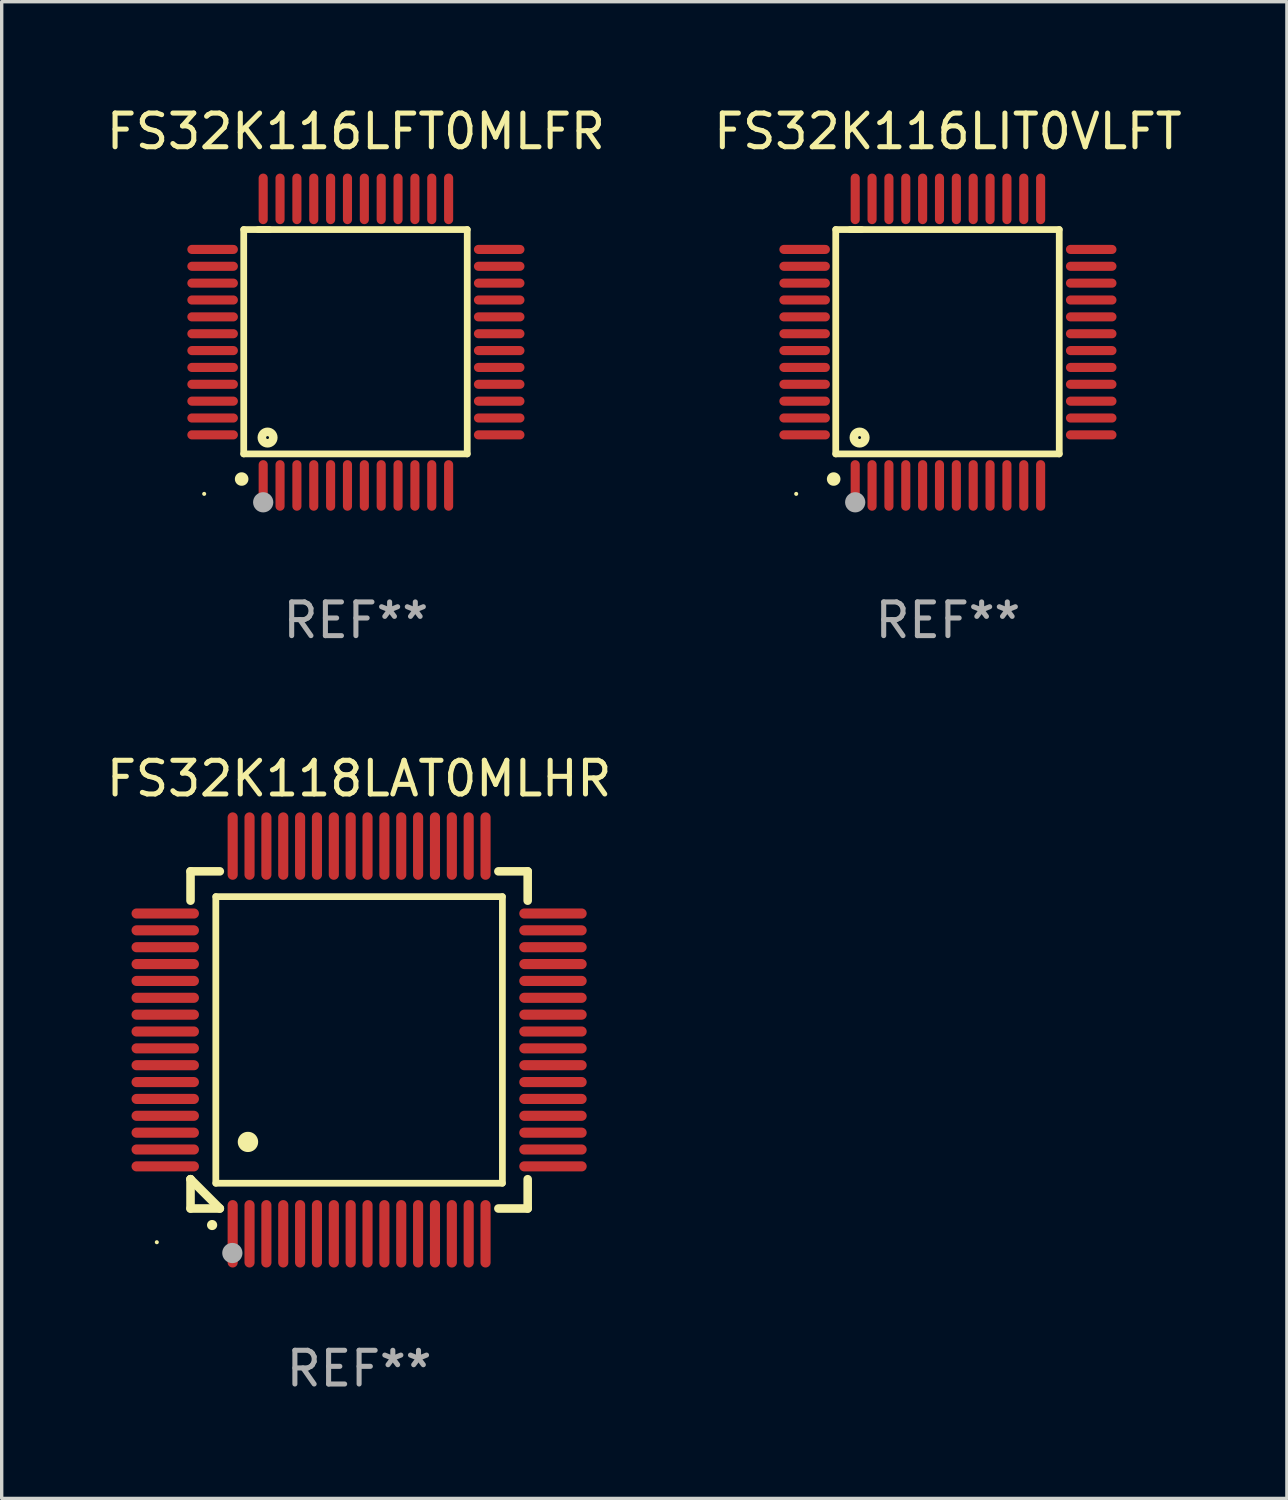
<source format=kicad_pcb>
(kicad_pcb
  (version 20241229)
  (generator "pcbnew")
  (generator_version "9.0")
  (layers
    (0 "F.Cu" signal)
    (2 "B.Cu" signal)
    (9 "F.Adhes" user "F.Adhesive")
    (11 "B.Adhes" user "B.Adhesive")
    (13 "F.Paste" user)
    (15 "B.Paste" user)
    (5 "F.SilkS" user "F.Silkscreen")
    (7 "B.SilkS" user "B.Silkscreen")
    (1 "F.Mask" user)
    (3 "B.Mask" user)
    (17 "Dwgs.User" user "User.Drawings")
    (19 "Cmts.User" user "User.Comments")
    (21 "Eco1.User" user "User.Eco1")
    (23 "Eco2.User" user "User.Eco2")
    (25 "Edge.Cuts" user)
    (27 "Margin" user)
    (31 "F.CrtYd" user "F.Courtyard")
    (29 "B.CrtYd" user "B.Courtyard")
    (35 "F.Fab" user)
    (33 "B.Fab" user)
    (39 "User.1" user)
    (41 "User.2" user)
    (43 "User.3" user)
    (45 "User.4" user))
  (footprint "FS32K116LIT0VLFT"
    (layer "F.Cu")
    (at 25.065 7.098)
    (property "Reference" "FS32K116LIT0VLFT" (at 0 -6.25 0) (layer "F.SilkS") (effects (font (size 1 1) (thickness 0.15))))
    (attr through_hole)
    (fp_line (start -3.327 -3.34) (end -2.565 -3.34) (stroke (width 0.2) (type solid)) (layer "F.SilkS"))
    (fp_line (start -3.327 3.315) (end -3.327 -3.34) (stroke (width 0.2) (type solid)) (layer "F.SilkS"))
    (fp_line (start -2.896 -3.34) (end 3.302 -3.34) (stroke (width 0.2) (type solid)) (layer "F.SilkS"))
    (fp_line (start 3.302 -3.34) (end 3.302 3.315) (stroke (width 0.2) (type solid)) (layer "F.SilkS"))
    (fp_line (start 3.302 3.315) (end -3.327 3.315) (stroke (width 0.2) (type solid)) (layer "F.SilkS"))
    (fp_arc (start -3.389992 4.059995) (mid -3.388722 4.059991) (end -3.387452 4.059995) (stroke (width 0.4) (type solid)) (layer "F.SilkS"))
    (fp_circle (center -4.5 4.5) (end -4.47 4.5) (stroke (width 0.06) (type solid)) (fill no) (layer "F.SilkS"))
    (fp_circle (center -2.62 2.83) (end -2.45 2.83) (stroke (width 0.254) (type solid)) (fill no) (layer "F.SilkS"))
    (fp_circle (center -2.75 4.75) (end -2.6 4.75) (stroke (width 0.3) (type solid)) (fill no) (layer "F.Fab"))
    (fp_text user "REF**" (at 0 8.25 0) (layer "F.Fab") (effects (font (size 1 1) (thickness 0.15))))
    (pad "1" smd oval (at -2.75 4.25) (size 0.27 1.5) (layers "F.Cu" "F.Mask" "F.Paste"))
    (pad "2" smd oval (at -2.25 4.25) (size 0.27 1.5) (layers "F.Cu" "F.Mask" "F.Paste"))
    (pad "3" smd oval (at -1.75 4.25) (size 0.27 1.5) (layers "F.Cu" "F.Mask" "F.Paste"))
    (pad "4" smd oval (at -1.25 4.25) (size 0.27 1.5) (layers "F.Cu" "F.Mask" "F.Paste"))
    (pad "5" smd oval (at -0.75 4.25) (size 0.27 1.5) (layers "F.Cu" "F.Mask" "F.Paste"))
    (pad "6" smd oval (at -0.25 4.25) (size 0.27 1.5) (layers "F.Cu" "F.Mask" "F.Paste"))
    (pad "7" smd oval (at 0.25 4.25) (size 0.27 1.5) (layers "F.Cu" "F.Mask" "F.Paste"))
    (pad "8" smd oval (at 0.75 4.25) (size 0.27 1.5) (layers "F.Cu" "F.Mask" "F.Paste"))
    (pad "9" smd oval (at 1.25 4.25) (size 0.27 1.5) (layers "F.Cu" "F.Mask" "F.Paste"))
    (pad "10" smd oval (at 1.75 4.25) (size 0.27 1.5) (layers "F.Cu" "F.Mask" "F.Paste"))
    (pad "11" smd oval (at 2.25 4.25) (size 0.27 1.5) (layers "F.Cu" "F.Mask" "F.Paste"))
    (pad "12" smd oval (at 2.75 4.25) (size 0.27 1.5) (layers "F.Cu" "F.Mask" "F.Paste"))
    (pad "13" smd oval (at 4.25 2.75) (size 1.5 0.27) (layers "F.Cu" "F.Mask" "F.Paste"))
    (pad "14" smd oval (at 4.25 2.25) (size 1.5 0.27) (layers "F.Cu" "F.Mask" "F.Paste"))
    (pad "15" smd oval (at 4.25 1.75) (size 1.5 0.27) (layers "F.Cu" "F.Mask" "F.Paste"))
    (pad "16" smd oval (at 4.25 1.25) (size 1.5 0.27) (layers "F.Cu" "F.Mask" "F.Paste"))
    (pad "17" smd oval (at 4.25 0.75) (size 1.5 0.27) (layers "F.Cu" "F.Mask" "F.Paste"))
    (pad "18" smd oval (at 4.25 0.25) (size 1.5 0.27) (layers "F.Cu" "F.Mask" "F.Paste"))
    (pad "19" smd oval (at 4.25 -0.25) (size 1.5 0.27) (layers "F.Cu" "F.Mask" "F.Paste"))
    (pad "20" smd oval (at 4.25 -0.75) (size 1.5 0.27) (layers "F.Cu" "F.Mask" "F.Paste"))
    (pad "21" smd oval (at 4.25 -1.25) (size 1.5 0.27) (layers "F.Cu" "F.Mask" "F.Paste"))
    (pad "22" smd oval (at 4.25 -1.75) (size 1.5 0.27) (layers "F.Cu" "F.Mask" "F.Paste"))
    (pad "23" smd oval (at 4.25 -2.25) (size 1.5 0.27) (layers "F.Cu" "F.Mask" "F.Paste"))
    (pad "24" smd oval (at 4.25 -2.75) (size 1.5 0.27) (layers "F.Cu" "F.Mask" "F.Paste"))
    (pad "25" smd oval (at 2.75 -4.25) (size 0.27 1.5) (layers "F.Cu" "F.Mask" "F.Paste"))
    (pad "26" smd oval (at 2.25 -4.25) (size 0.27 1.5) (layers "F.Cu" "F.Mask" "F.Paste"))
    (pad "27" smd oval (at 1.75 -4.25) (size 0.27 1.5) (layers "F.Cu" "F.Mask" "F.Paste"))
    (pad "28" smd oval (at 1.25 -4.25) (size 0.27 1.5) (layers "F.Cu" "F.Mask" "F.Paste"))
    (pad "29" smd oval (at 0.75 -4.25) (size 0.27 1.5) (layers "F.Cu" "F.Mask" "F.Paste"))
    (pad "30" smd oval (at 0.25 -4.25) (size 0.27 1.5) (layers "F.Cu" "F.Mask" "F.Paste"))
    (pad "31" smd oval (at -0.25 -4.25) (size 0.27 1.5) (layers "F.Cu" "F.Mask" "F.Paste"))
    (pad "32" smd oval (at -0.75 -4.25) (size 0.27 1.5) (layers "F.Cu" "F.Mask" "F.Paste"))
    (pad "33" smd oval (at -1.25 -4.25) (size 0.27 1.5) (layers "F.Cu" "F.Mask" "F.Paste"))
    (pad "34" smd oval (at -1.75 -4.25) (size 0.27 1.5) (layers "F.Cu" "F.Mask" "F.Paste"))
    (pad "35" smd oval (at -2.25 -4.25) (size 0.27 1.5) (layers "F.Cu" "F.Mask" "F.Paste"))
    (pad "36" smd oval (at -2.75 -4.25) (size 0.27 1.5) (layers "F.Cu" "F.Mask" "F.Paste"))
    (pad "37" smd oval (at -4.25 -2.75) (size 1.5 0.27) (layers "F.Cu" "F.Mask" "F.Paste"))
    (pad "38" smd oval (at -4.25 -2.25) (size 1.5 0.27) (layers "F.Cu" "F.Mask" "F.Paste"))
    (pad "39" smd oval (at -4.25 -1.75) (size 1.5 0.27) (layers "F.Cu" "F.Mask" "F.Paste"))
    (pad "40" smd oval (at -4.25 -1.25) (size 1.5 0.27) (layers "F.Cu" "F.Mask" "F.Paste"))
    (pad "41" smd oval (at -4.25 -0.75) (size 1.5 0.27) (layers "F.Cu" "F.Mask" "F.Paste"))
    (pad "42" smd oval (at -4.25 -0.25) (size 1.5 0.27) (layers "F.Cu" "F.Mask" "F.Paste"))
    (pad "43" smd oval (at -4.25 0.25) (size 1.5 0.27) (layers "F.Cu" "F.Mask" "F.Paste"))
    (pad "44" smd oval (at -4.25 0.75) (size 1.5 0.27) (layers "F.Cu" "F.Mask" "F.Paste"))
    (pad "45" smd oval (at -4.25 1.25) (size 1.5 0.27) (layers "F.Cu" "F.Mask" "F.Paste"))
    (pad "46" smd oval (at -4.25 1.75) (size 1.5 0.27) (layers "F.Cu" "F.Mask" "F.Paste"))
    (pad "47" smd oval (at -4.25 2.25) (size 1.5 0.27) (layers "F.Cu" "F.Mask" "F.Paste"))
    (pad "48" smd oval (at -4.25 2.75) (size 1.5 0.27) (layers "F.Cu" "F.Mask" "F.Paste")))
  (footprint "FS32K116LFT0MLFR"
    (layer "F.Cu")
    (at 7.506 7.098)
    (property "Reference" "FS32K116LFT0MLFR" (at 0 -6.25 0) (layer "F.SilkS") (effects (font (size 1 1) (thickness 0.15))))
    (attr through_hole)
    (fp_line (start -3.327 -3.34) (end -2.565 -3.34) (stroke (width 0.2) (type solid)) (layer "F.SilkS"))
    (fp_line (start -3.327 3.315) (end -3.327 -3.34) (stroke (width 0.2) (type solid)) (layer "F.SilkS"))
    (fp_line (start -2.896 -3.34) (end 3.302 -3.34) (stroke (width 0.2) (type solid)) (layer "F.SilkS"))
    (fp_line (start 3.302 -3.34) (end 3.302 3.315) (stroke (width 0.2) (type solid)) (layer "F.SilkS"))
    (fp_line (start 3.302 3.315) (end -3.327 3.315) (stroke (width 0.2) (type solid)) (layer "F.SilkS"))
    (fp_arc (start -3.389992 4.059995) (mid -3.388722 4.059991) (end -3.387452 4.059995) (stroke (width 0.4) (type solid)) (layer "F.SilkS"))
    (fp_circle (center -4.5 4.5) (end -4.47 4.5) (stroke (width 0.06) (type solid)) (fill no) (layer "F.SilkS"))
    (fp_circle (center -2.62 2.83) (end -2.45 2.83) (stroke (width 0.254) (type solid)) (fill no) (layer "F.SilkS"))
    (fp_circle (center -2.75 4.75) (end -2.6 4.75) (stroke (width 0.3) (type solid)) (fill no) (layer "F.Fab"))
    (fp_text user "REF**" (at 0 8.25 0) (layer "F.Fab") (effects (font (size 1 1) (thickness 0.15))))
    (pad "1" smd oval (at -2.75 4.25) (size 0.27 1.5) (layers "F.Cu" "F.Mask" "F.Paste"))
    (pad "2" smd oval (at -2.25 4.25) (size 0.27 1.5) (layers "F.Cu" "F.Mask" "F.Paste"))
    (pad "3" smd oval (at -1.75 4.25) (size 0.27 1.5) (layers "F.Cu" "F.Mask" "F.Paste"))
    (pad "4" smd oval (at -1.25 4.25) (size 0.27 1.5) (layers "F.Cu" "F.Mask" "F.Paste"))
    (pad "5" smd oval (at -0.75 4.25) (size 0.27 1.5) (layers "F.Cu" "F.Mask" "F.Paste"))
    (pad "6" smd oval (at -0.25 4.25) (size 0.27 1.5) (layers "F.Cu" "F.Mask" "F.Paste"))
    (pad "7" smd oval (at 0.25 4.25) (size 0.27 1.5) (layers "F.Cu" "F.Mask" "F.Paste"))
    (pad "8" smd oval (at 0.75 4.25) (size 0.27 1.5) (layers "F.Cu" "F.Mask" "F.Paste"))
    (pad "9" smd oval (at 1.25 4.25) (size 0.27 1.5) (layers "F.Cu" "F.Mask" "F.Paste"))
    (pad "10" smd oval (at 1.75 4.25) (size 0.27 1.5) (layers "F.Cu" "F.Mask" "F.Paste"))
    (pad "11" smd oval (at 2.25 4.25) (size 0.27 1.5) (layers "F.Cu" "F.Mask" "F.Paste"))
    (pad "12" smd oval (at 2.75 4.25) (size 0.27 1.5) (layers "F.Cu" "F.Mask" "F.Paste"))
    (pad "13" smd oval (at 4.25 2.75) (size 1.5 0.27) (layers "F.Cu" "F.Mask" "F.Paste"))
    (pad "14" smd oval (at 4.25 2.25) (size 1.5 0.27) (layers "F.Cu" "F.Mask" "F.Paste"))
    (pad "15" smd oval (at 4.25 1.75) (size 1.5 0.27) (layers "F.Cu" "F.Mask" "F.Paste"))
    (pad "16" smd oval (at 4.25 1.25) (size 1.5 0.27) (layers "F.Cu" "F.Mask" "F.Paste"))
    (pad "17" smd oval (at 4.25 0.75) (size 1.5 0.27) (layers "F.Cu" "F.Mask" "F.Paste"))
    (pad "18" smd oval (at 4.25 0.25) (size 1.5 0.27) (layers "F.Cu" "F.Mask" "F.Paste"))
    (pad "19" smd oval (at 4.25 -0.25) (size 1.5 0.27) (layers "F.Cu" "F.Mask" "F.Paste"))
    (pad "20" smd oval (at 4.25 -0.75) (size 1.5 0.27) (layers "F.Cu" "F.Mask" "F.Paste"))
    (pad "21" smd oval (at 4.25 -1.25) (size 1.5 0.27) (layers "F.Cu" "F.Mask" "F.Paste"))
    (pad "22" smd oval (at 4.25 -1.75) (size 1.5 0.27) (layers "F.Cu" "F.Mask" "F.Paste"))
    (pad "23" smd oval (at 4.25 -2.25) (size 1.5 0.27) (layers "F.Cu" "F.Mask" "F.Paste"))
    (pad "24" smd oval (at 4.25 -2.75) (size 1.5 0.27) (layers "F.Cu" "F.Mask" "F.Paste"))
    (pad "25" smd oval (at 2.75 -4.25) (size 0.27 1.5) (layers "F.Cu" "F.Mask" "F.Paste"))
    (pad "26" smd oval (at 2.25 -4.25) (size 0.27 1.5) (layers "F.Cu" "F.Mask" "F.Paste"))
    (pad "27" smd oval (at 1.75 -4.25) (size 0.27 1.5) (layers "F.Cu" "F.Mask" "F.Paste"))
    (pad "28" smd oval (at 1.25 -4.25) (size 0.27 1.5) (layers "F.Cu" "F.Mask" "F.Paste"))
    (pad "29" smd oval (at 0.75 -4.25) (size 0.27 1.5) (layers "F.Cu" "F.Mask" "F.Paste"))
    (pad "30" smd oval (at 0.25 -4.25) (size 0.27 1.5) (layers "F.Cu" "F.Mask" "F.Paste"))
    (pad "31" smd oval (at -0.25 -4.25) (size 0.27 1.5) (layers "F.Cu" "F.Mask" "F.Paste"))
    (pad "32" smd oval (at -0.75 -4.25) (size 0.27 1.5) (layers "F.Cu" "F.Mask" "F.Paste"))
    (pad "33" smd oval (at -1.25 -4.25) (size 0.27 1.5) (layers "F.Cu" "F.Mask" "F.Paste"))
    (pad "34" smd oval (at -1.75 -4.25) (size 0.27 1.5) (layers "F.Cu" "F.Mask" "F.Paste"))
    (pad "35" smd oval (at -2.25 -4.25) (size 0.27 1.5) (layers "F.Cu" "F.Mask" "F.Paste"))
    (pad "36" smd oval (at -2.75 -4.25) (size 0.27 1.5) (layers "F.Cu" "F.Mask" "F.Paste"))
    (pad "37" smd oval (at -4.25 -2.75) (size 1.5 0.27) (layers "F.Cu" "F.Mask" "F.Paste"))
    (pad "38" smd oval (at -4.25 -2.25) (size 1.5 0.27) (layers "F.Cu" "F.Mask" "F.Paste"))
    (pad "39" smd oval (at -4.25 -1.75) (size 1.5 0.27) (layers "F.Cu" "F.Mask" "F.Paste"))
    (pad "40" smd oval (at -4.25 -1.25) (size 1.5 0.27) (layers "F.Cu" "F.Mask" "F.Paste"))
    (pad "41" smd oval (at -4.25 -0.75) (size 1.5 0.27) (layers "F.Cu" "F.Mask" "F.Paste"))
    (pad "42" smd oval (at -4.25 -0.25) (size 1.5 0.27) (layers "F.Cu" "F.Mask" "F.Paste"))
    (pad "43" smd oval (at -4.25 0.25) (size 1.5 0.27) (layers "F.Cu" "F.Mask" "F.Paste"))
    (pad "44" smd oval (at -4.25 0.75) (size 1.5 0.27) (layers "F.Cu" "F.Mask" "F.Paste"))
    (pad "45" smd oval (at -4.25 1.25) (size 1.5 0.27) (layers "F.Cu" "F.Mask" "F.Paste"))
    (pad "46" smd oval (at -4.25 1.75) (size 1.5 0.27) (layers "F.Cu" "F.Mask" "F.Paste"))
    (pad "47" smd oval (at -4.25 2.25) (size 1.5 0.27) (layers "F.Cu" "F.Mask" "F.Paste"))
    (pad "48" smd oval (at -4.25 2.75) (size 1.5 0.27) (layers "F.Cu" "F.Mask" "F.Paste")))
  (footprint "FS32K118LAT0MLHR"
    (layer "F.Cu")
    (at 7.601 27.794)
    (property "Reference" "FS32K118LAT0MLHR" (at 0 -7.75 0) (layer "F.SilkS") (effects (font (size 1 1) (thickness 0.15))))
    (attr through_hole)
    (fp_line (start -5 -5) (end -4.131 -5) (stroke (width 0.254) (type solid)) (layer "F.SilkS"))
    (fp_line (start -5 -4.131) (end -5 -5) (stroke (width 0.254) (type solid)) (layer "F.SilkS"))
    (fp_line (start -5 4.131) (end -5 4.131) (stroke (width 0.254) (type solid)) (layer "F.SilkS"))
    (fp_line (start -5 5) (end -5 4.131) (stroke (width 0.254) (type solid)) (layer "F.SilkS"))
    (fp_line (start -5 4.131) (end -4.131 5) (stroke (width 0.254) (type solid)) (layer "F.SilkS"))
    (fp_line (start -4.25 -4.25) (end -4.25 4.25) (stroke (width 0.2) (type solid)) (layer "F.SilkS"))
    (fp_line (start -4.25 4.25) (end 4.25 4.25) (stroke (width 0.2) (type solid)) (layer "F.SilkS"))
    (fp_line (start -4.131 5) (end -5 5) (stroke (width 0.254) (type solid)) (layer "F.SilkS"))
    (fp_line (start 4.25 -4.25) (end -4.25 -4.25) (stroke (width 0.2) (type solid)) (layer "F.SilkS"))
    (fp_line (start 4.25 4.25) (end 4.25 -4.25) (stroke (width 0.2) (type solid)) (layer "F.SilkS"))
    (fp_line (start 5 -5) (end 4.131 -5) (stroke (width 0.254) (type solid)) (layer "F.SilkS"))
    (fp_line (start 5 -5) (end 5 -4.131) (stroke (width 0.254) (type solid)) (layer "F.SilkS"))
    (fp_line (start 5 4.131) (end 5 5) (stroke (width 0.254) (type solid)) (layer "F.SilkS"))
    (fp_line (start 5 5) (end 4.131 5) (stroke (width 0.254) (type solid)) (layer "F.SilkS"))
    (fp_arc (start -4.361265 5.489992) (mid -4.359995 5.489987) (end -4.358725 5.489992) (stroke (width 0.3) (type solid)) (layer "F.SilkS"))
    (fp_arc (start -3.299467 3.025146) (mid -3.296927 3.025135) (end -3.294387 3.025146) (stroke (width 0.6) (type solid)) (layer "F.SilkS"))
    (fp_circle (center -6 6) (end -5.97 6) (stroke (width 0.06) (type solid)) (fill no) (layer "F.SilkS"))
    (fp_circle (center -3.76 6.32) (end -3.61 6.32) (stroke (width 0.3) (type solid)) (fill no) (layer "F.Fab"))
    (fp_text user "REF**" (at 0 9.75 0) (layer "F.Fab") (effects (font (size 1 1) (thickness 0.15))))
    (pad "1" smd oval (at -3.75 5.75) (size 0.3 2) (layers "F.Cu" "F.Mask" "F.Paste"))
    (pad "2" smd oval (at -3.25 5.75) (size 0.3 2) (layers "F.Cu" "F.Mask" "F.Paste"))
    (pad "3" smd oval (at -2.75 5.75) (size 0.3 2) (layers "F.Cu" "F.Mask" "F.Paste"))
    (pad "4" smd oval (at -2.25 5.75) (size 0.3 2) (layers "F.Cu" "F.Mask" "F.Paste"))
    (pad "5" smd oval (at -1.75 5.75) (size 0.3 2) (layers "F.Cu" "F.Mask" "F.Paste"))
    (pad "6" smd oval (at -1.25 5.75) (size 0.3 2) (layers "F.Cu" "F.Mask" "F.Paste"))
    (pad "7" smd oval (at -0.75 5.75) (size 0.3 2) (layers "F.Cu" "F.Mask" "F.Paste"))
    (pad "8" smd oval (at -0.25 5.75) (size 0.3 2) (layers "F.Cu" "F.Mask" "F.Paste"))
    (pad "9" smd oval (at 0.25 5.75) (size 0.3 2) (layers "F.Cu" "F.Mask" "F.Paste"))
    (pad "10" smd oval (at 0.75 5.75) (size 0.3 2) (layers "F.Cu" "F.Mask" "F.Paste"))
    (pad "11" smd oval (at 1.25 5.75) (size 0.3 2) (layers "F.Cu" "F.Mask" "F.Paste"))
    (pad "12" smd oval (at 1.75 5.75) (size 0.3 2) (layers "F.Cu" "F.Mask" "F.Paste"))
    (pad "13" smd oval (at 2.25 5.75) (size 0.3 2) (layers "F.Cu" "F.Mask" "F.Paste"))
    (pad "14" smd oval (at 2.75 5.75) (size 0.3 2) (layers "F.Cu" "F.Mask" "F.Paste"))
    (pad "15" smd oval (at 3.25 5.75) (size 0.3 2) (layers "F.Cu" "F.Mask" "F.Paste"))
    (pad "16" smd oval (at 3.75 5.75) (size 0.3 2) (layers "F.Cu" "F.Mask" "F.Paste"))
    (pad "17" smd oval (at 5.75 3.75) (size 2 0.3) (layers "F.Cu" "F.Mask" "F.Paste"))
    (pad "18" smd oval (at 5.75 3.25) (size 2 0.3) (layers "F.Cu" "F.Mask" "F.Paste"))
    (pad "19" smd oval (at 5.75 2.75) (size 2 0.3) (layers "F.Cu" "F.Mask" "F.Paste"))
    (pad "20" smd oval (at 5.75 2.25) (size 2 0.3) (layers "F.Cu" "F.Mask" "F.Paste"))
    (pad "21" smd oval (at 5.75 1.75) (size 2 0.3) (layers "F.Cu" "F.Mask" "F.Paste"))
    (pad "22" smd oval (at 5.75 1.25) (size 2 0.3) (layers "F.Cu" "F.Mask" "F.Paste"))
    (pad "23" smd oval (at 5.75 0.75) (size 2 0.3) (layers "F.Cu" "F.Mask" "F.Paste"))
    (pad "24" smd oval (at 5.75 0.25) (size 2 0.3) (layers "F.Cu" "F.Mask" "F.Paste"))
    (pad "25" smd oval (at 5.75 -0.25) (size 2 0.3) (layers "F.Cu" "F.Mask" "F.Paste"))
    (pad "26" smd oval (at 5.75 -0.75) (size 2 0.3) (layers "F.Cu" "F.Mask" "F.Paste"))
    (pad "27" smd oval (at 5.75 -1.25) (size 2 0.3) (layers "F.Cu" "F.Mask" "F.Paste"))
    (pad "28" smd oval (at 5.75 -1.75) (size 2 0.3) (layers "F.Cu" "F.Mask" "F.Paste"))
    (pad "29" smd oval (at 5.75 -2.25) (size 2 0.3) (layers "F.Cu" "F.Mask" "F.Paste"))
    (pad "30" smd oval (at 5.75 -2.75) (size 2 0.3) (layers "F.Cu" "F.Mask" "F.Paste"))
    (pad "31" smd oval (at 5.75 -3.25) (size 2 0.3) (layers "F.Cu" "F.Mask" "F.Paste"))
    (pad "32" smd oval (at 5.75 -3.75) (size 2 0.3) (layers "F.Cu" "F.Mask" "F.Paste"))
    (pad "33" smd oval (at 3.75 -5.75) (size 0.3 2) (layers "F.Cu" "F.Mask" "F.Paste"))
    (pad "34" smd oval (at 3.25 -5.75) (size 0.3 2) (layers "F.Cu" "F.Mask" "F.Paste"))
    (pad "35" smd oval (at 2.75 -5.75) (size 0.3 2) (layers "F.Cu" "F.Mask" "F.Paste"))
    (pad "36" smd oval (at 2.25 -5.75) (size 0.3 2) (layers "F.Cu" "F.Mask" "F.Paste"))
    (pad "37" smd oval (at 1.75 -5.75) (size 0.3 2) (layers "F.Cu" "F.Mask" "F.Paste"))
    (pad "38" smd oval (at 1.25 -5.75) (size 0.3 2) (layers "F.Cu" "F.Mask" "F.Paste"))
    (pad "39" smd oval (at 0.75 -5.75) (size 0.3 2) (layers "F.Cu" "F.Mask" "F.Paste"))
    (pad "40" smd oval (at 0.25 -5.75) (size 0.3 2) (layers "F.Cu" "F.Mask" "F.Paste"))
    (pad "41" smd oval (at -0.25 -5.75) (size 0.3 2) (layers "F.Cu" "F.Mask" "F.Paste"))
    (pad "42" smd oval (at -0.75 -5.75) (size 0.3 2) (layers "F.Cu" "F.Mask" "F.Paste"))
    (pad "43" smd oval (at -1.25 -5.75) (size 0.3 2) (layers "F.Cu" "F.Mask" "F.Paste"))
    (pad "44" smd oval (at -1.75 -5.75) (size 0.3 2) (layers "F.Cu" "F.Mask" "F.Paste"))
    (pad "45" smd oval (at -2.25 -5.75) (size 0.3 2) (layers "F.Cu" "F.Mask" "F.Paste"))
    (pad "46" smd oval (at -2.75 -5.75) (size 0.3 2) (layers "F.Cu" "F.Mask" "F.Paste"))
    (pad "47" smd oval (at -3.25 -5.75) (size 0.3 2) (layers "F.Cu" "F.Mask" "F.Paste"))
    (pad "48" smd oval (at -3.75 -5.75) (size 0.3 2) (layers "F.Cu" "F.Mask" "F.Paste"))
    (pad "49" smd oval (at -5.75 -3.75) (size 2 0.3) (layers "F.Cu" "F.Mask" "F.Paste"))
    (pad "50" smd oval (at -5.75 -3.25) (size 2 0.3) (layers "F.Cu" "F.Mask" "F.Paste"))
    (pad "51" smd oval (at -5.75 -2.75) (size 2 0.3) (layers "F.Cu" "F.Mask" "F.Paste"))
    (pad "52" smd oval (at -5.75 -2.25) (size 2 0.3) (layers "F.Cu" "F.Mask" "F.Paste"))
    (pad "53" smd oval (at -5.75 -1.75) (size 2 0.3) (layers "F.Cu" "F.Mask" "F.Paste"))
    (pad "54" smd oval (at -5.75 -1.25) (size 2 0.3) (layers "F.Cu" "F.Mask" "F.Paste"))
    (pad "55" smd oval (at -5.75 -0.75) (size 2 0.3) (layers "F.Cu" "F.Mask" "F.Paste"))
    (pad "56" smd oval (at -5.75 -0.25) (size 2 0.3) (layers "F.Cu" "F.Mask" "F.Paste"))
    (pad "57" smd oval (at -5.75 0.25) (size 2 0.3) (layers "F.Cu" "F.Mask" "F.Paste"))
    (pad "58" smd oval (at -5.75 0.75) (size 2 0.3) (layers "F.Cu" "F.Mask" "F.Paste"))
    (pad "59" smd oval (at -5.75 1.25) (size 2 0.3) (layers "F.Cu" "F.Mask" "F.Paste"))
    (pad "60" smd oval (at -5.75 1.75) (size 2 0.3) (layers "F.Cu" "F.Mask" "F.Paste"))
    (pad "61" smd oval (at -5.75 2.25) (size 2 0.3) (layers "F.Cu" "F.Mask" "F.Paste"))
    (pad "62" smd oval (at -5.75 2.75) (size 2 0.3) (layers "F.Cu" "F.Mask" "F.Paste"))
    (pad "63" smd oval (at -5.75 3.25) (size 2 0.3) (layers "F.Cu" "F.Mask" "F.Paste"))
    (pad "64" smd oval (at -5.75 3.75) (size 2 0.3) (layers "F.Cu" "F.Mask" "F.Paste")))
  (gr_rect
    (start -3 -3)
    (end 35.119 41.392)
    (stroke (width 0.1) (type default))
    (fill no)
    (layer "Edge.Cuts")))
</source>
